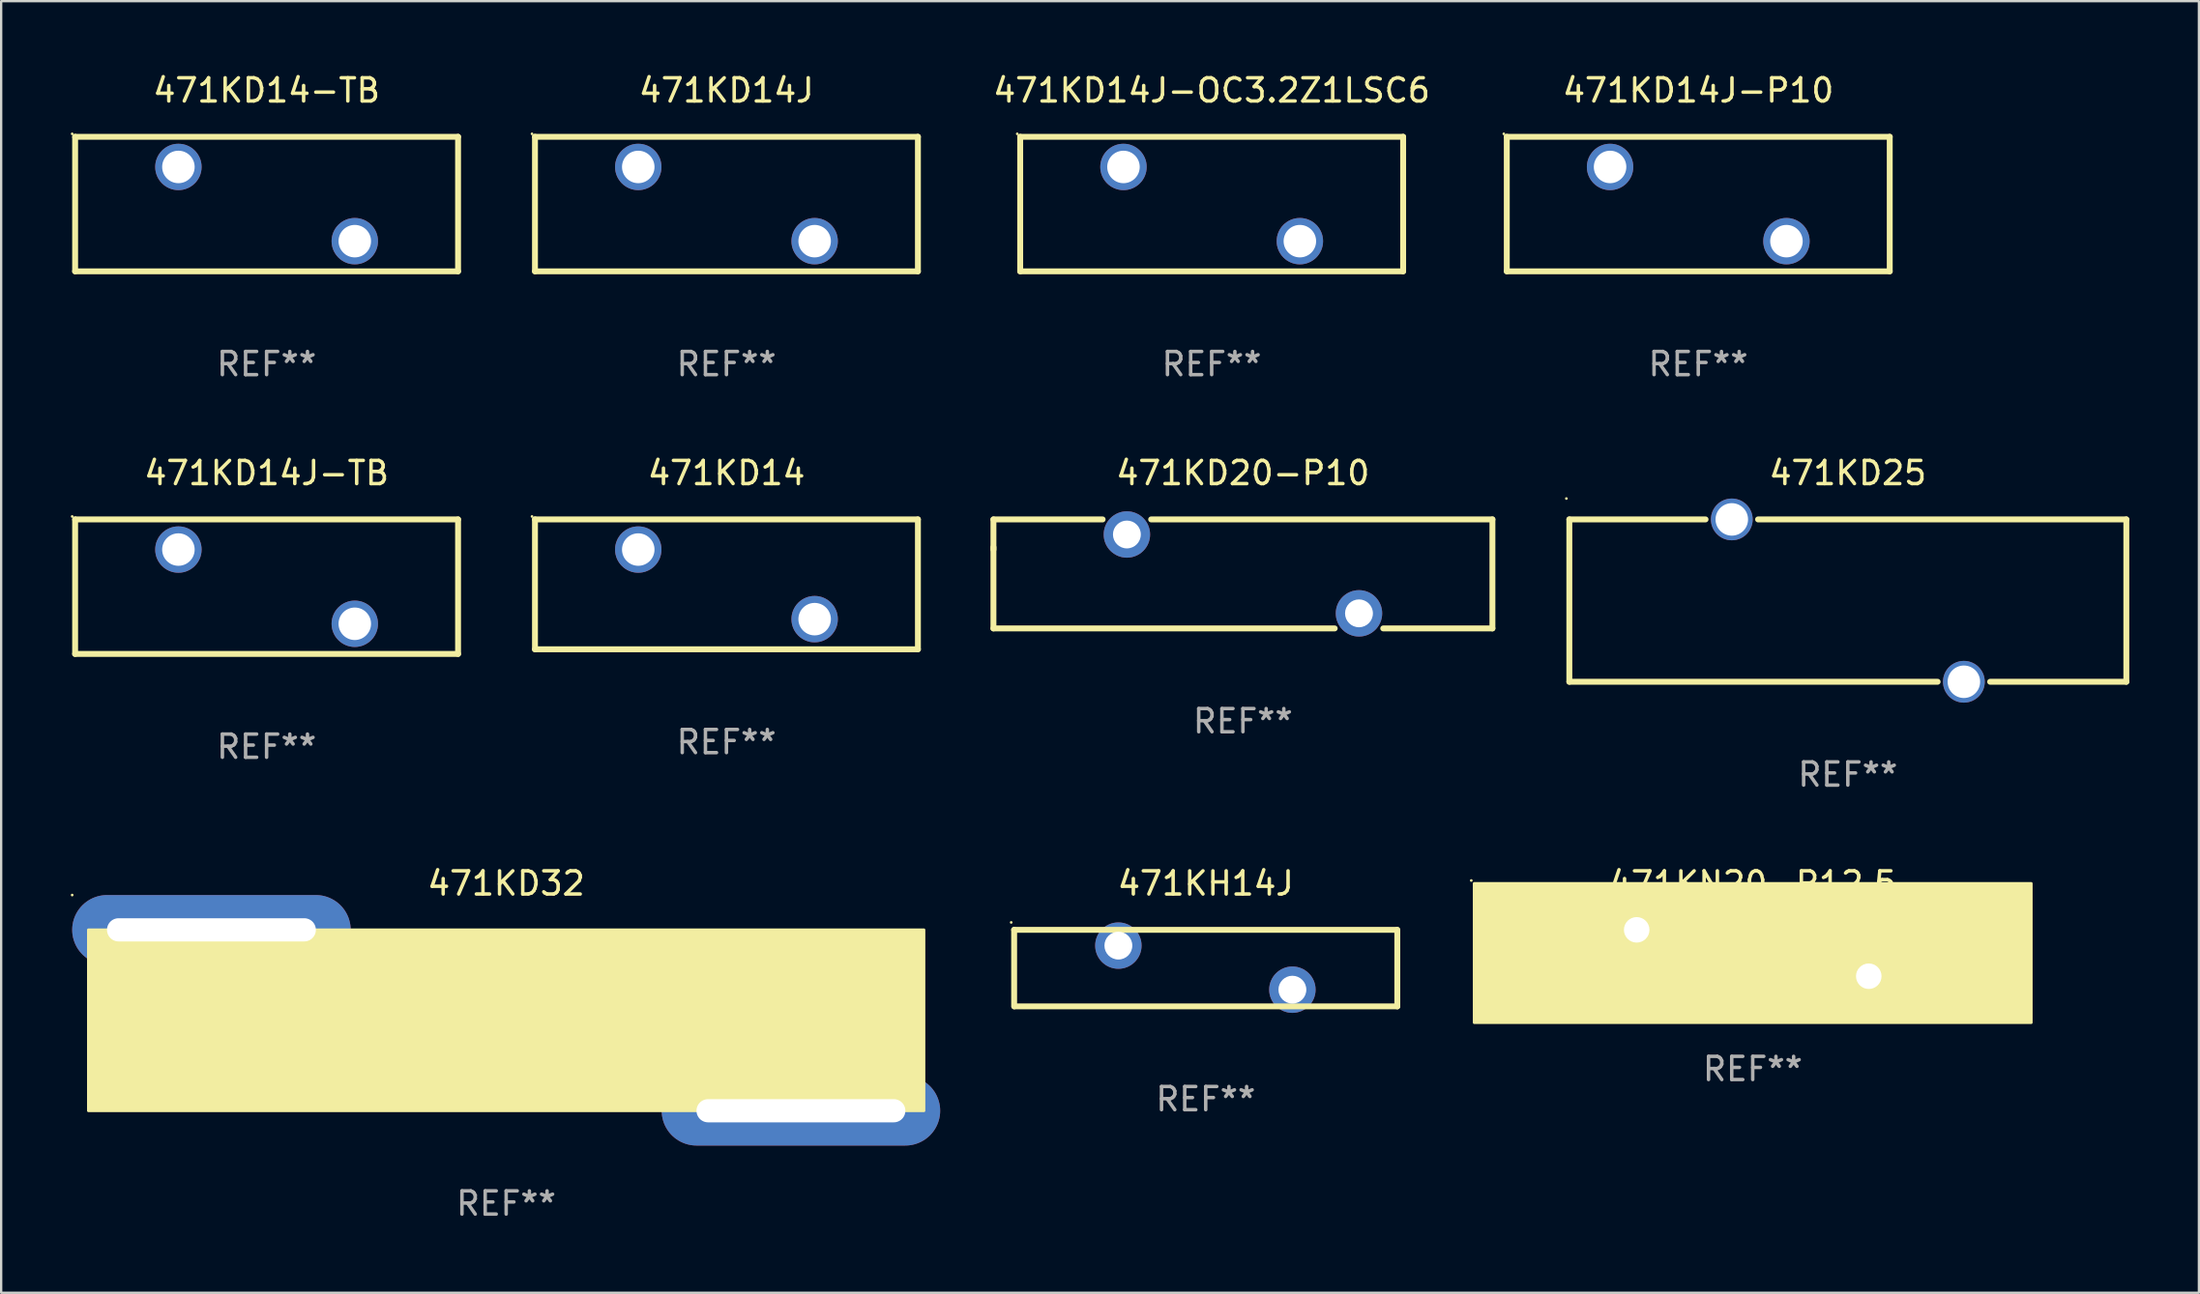
<source format=kicad_pcb>
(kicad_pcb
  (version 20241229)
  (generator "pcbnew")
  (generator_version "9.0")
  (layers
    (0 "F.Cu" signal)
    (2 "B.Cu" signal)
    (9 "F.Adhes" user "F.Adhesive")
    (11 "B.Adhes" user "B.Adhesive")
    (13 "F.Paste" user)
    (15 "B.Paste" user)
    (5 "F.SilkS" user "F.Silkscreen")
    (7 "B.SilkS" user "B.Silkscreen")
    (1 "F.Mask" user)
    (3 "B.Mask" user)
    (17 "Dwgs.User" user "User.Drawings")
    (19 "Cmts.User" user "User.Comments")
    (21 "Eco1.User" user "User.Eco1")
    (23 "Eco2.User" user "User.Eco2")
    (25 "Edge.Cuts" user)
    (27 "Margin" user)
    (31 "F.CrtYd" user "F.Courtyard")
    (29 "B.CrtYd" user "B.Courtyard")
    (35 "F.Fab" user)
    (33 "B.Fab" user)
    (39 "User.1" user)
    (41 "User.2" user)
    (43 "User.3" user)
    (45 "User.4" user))
  (footprint "471KD14J"
    (layer "F.Cu")
    (at 28.251 5.748)
    (property "Reference" "471KD14J" (at 0 -4.9 0) (layer "F.SilkS") (effects (font (size 1 1) (thickness 0.15))))
    (attr through_hole)
    (fp_line (start -8.25 -2.9) (end -8.25 2.9) (stroke (width 0.254) (type solid)) (layer "F.SilkS"))
    (fp_line (start -8.25 -2.9) (end 8.25 -2.9) (stroke (width 0.254) (type solid)) (layer "F.SilkS"))
    (fp_line (start 8.25 -2.9) (end 8.25 2.9) (stroke (width 0.254) (type solid)) (layer "F.SilkS"))
    (fp_line (start 8.25 2.9) (end -8.25 2.9) (stroke (width 0.254) (type solid)) (layer "F.SilkS"))
    (fp_circle (center -8.377 -3.027) (end -8.347 -3.027) (stroke (width 0.06) (type solid)) (fill no) (layer "F.SilkS"))
    (fp_text user "REF**" (at 0 6.9 0) (layer "F.Fab") (effects (font (size 1 1) (thickness 0.15))))
    (pad "1" thru_hole circle (at -3.8 -1.6) (size 2 2) (drill 1.4) (layers "*.Cu" "*.Mask"))
    (pad "2" thru_hole circle (at 3.8 1.6) (size 2 2) (drill 1.4) (layers "*.Cu" "*.Mask")))
  (footprint "471KD32"
    (layer "F.Cu")
    (at 18.76 40.941)
    (property "Reference" "471KD32" (at 0 -5.9 0) (layer "F.SilkS") (effects (font (size 1 1) (thickness 0.15))))
    (attr through_hole)
    (fp_circle (center -18.7 -5.4) (end -18.67 -5.4) (stroke (width 0.06) (type solid)) (fill no) (layer "F.SilkS"))
    (fp_poly (pts (xy -18 -3.9) (xy 18 -3.9) (xy 18 3.9) (xy -18 3.9)) (stroke (width 0.12) (type solid)) (fill yes) (layer "F.SilkS"))
    (fp_text user "REF**" (at 0 7.9 0) (layer "F.Fab") (effects (font (size 1 1) (thickness 0.15))))
    (pad "1" thru_hole oval (at -12.7 -3.9) (size 12 3) (drill oval 9 1) (layers "*.Cu" "*.Mask"))
    (pad "2" thru_hole oval (at 12.7 3.9) (size 12 3) (drill oval 9 1) (layers "*.Cu" "*.Mask")))
  (footprint "471KD14"
    (layer "F.Cu")
    (at 28.251 22.145)
    (property "Reference" "471KD14" (at 0 -4.8 0) (layer "F.SilkS") (effects (font (size 1 1) (thickness 0.15))))
    (attr through_hole)
    (fp_line (start -8.25 -2.8) (end 8.25 -2.8) (stroke (width 0.254) (type solid)) (layer "F.SilkS"))
    (fp_line (start -8.25 2.8) (end -8.25 -2.8) (stroke (width 0.254) (type solid)) (layer "F.SilkS"))
    (fp_line (start 8.25 -2.8) (end 8.25 2.8) (stroke (width 0.254) (type solid)) (layer "F.SilkS"))
    (fp_line (start 8.25 2.8) (end -8.25 2.8) (stroke (width 0.254) (type solid)) (layer "F.SilkS"))
    (fp_circle (center -8.377 -2.927) (end -8.347 -2.927) (stroke (width 0.06) (type solid)) (fill no) (layer "F.SilkS"))
    (fp_text user "REF**" (at 0 6.8 0) (layer "F.Fab") (effects (font (size 1 1) (thickness 0.15))))
    (pad "1" thru_hole circle (at -3.8 -1.5) (size 2 2) (drill 1.4) (layers "*.Cu" "*.Mask"))
    (pad "2" thru_hole circle (at 3.8 1.5) (size 2 2) (drill 1.4) (layers "*.Cu" "*.Mask")))
  (footprint "471KD14J-TB"
    (layer "F.Cu")
    (at 8.437 22.245)
    (property "Reference" "471KD14J-TB" (at 0 -4.9 0) (layer "F.SilkS") (effects (font (size 1 1) (thickness 0.15))))
    (attr through_hole)
    (fp_line (start -8.25 -2.9) (end -8.25 2.9) (stroke (width 0.254) (type solid)) (layer "F.SilkS"))
    (fp_line (start -8.25 -2.9) (end 8.25 -2.9) (stroke (width 0.254) (type solid)) (layer "F.SilkS"))
    (fp_line (start 8.25 -2.9) (end 8.25 2.9) (stroke (width 0.254) (type solid)) (layer "F.SilkS"))
    (fp_line (start 8.25 2.9) (end -8.25 2.9) (stroke (width 0.254) (type solid)) (layer "F.SilkS"))
    (fp_circle (center -8.377 -3.027) (end -8.347 -3.027) (stroke (width 0.06) (type solid)) (fill no) (layer "F.SilkS"))
    (fp_text user "REF**" (at 0 6.9 0) (layer "F.Fab") (effects (font (size 1 1) (thickness 0.15))))
    (pad "1" thru_hole circle (at -3.8 -1.6) (size 2 2) (drill 1.4) (layers "*.Cu" "*.Mask"))
    (pad "2" thru_hole circle (at 3.8 1.6) (size 2 2) (drill 1.4) (layers "*.Cu" "*.Mask")))
  (footprint "471KN20-P12.5"
    (layer "F.Cu")
    (at 72.471 38.041)
    (property "Reference" "471KN20-P12.5" (at 0 -3 0) (layer "F.SilkS") (effects (font (size 1 1) (thickness 0.15))))
    (attr through_hole)
    (fp_circle (center -12.127 -3.127) (end -12.097 -3.127) (stroke (width 0.06) (type solid)) (fill no) (layer "F.SilkS"))
    (fp_poly (pts (xy -12 -3) (xy 12 -3) (xy 12 3) (xy -12 3)) (stroke (width 0.12) (type solid)) (fill yes) (layer "F.SilkS"))
    (fp_text user "REF**" (at 0 5 0) (layer "F.Fab") (effects (font (size 1 1) (thickness 0.15))))
    (pad "1" thru_hole circle (at -5 -1) (size 1.8 1.8) (drill 1.1) (layers "*.Cu" "*.Mask"))
    (pad "2" thru_hole circle (at 5 1) (size 1.8 1.8) (drill 1.1) (layers "*.Cu" "*.Mask")))
  (footprint "471KD14J-OC3.2Z1LSC6"
    (layer "F.Cu")
    (at 49.158 5.748)
    (property "Reference" "471KD14J-OC3.2Z1LSC6" (at 0 -4.9 0) (layer "F.SilkS") (effects (font (size 1 1) (thickness 0.15))))
    (attr through_hole)
    (fp_line (start -8.25 -2.9) (end -8.25 2.9) (stroke (width 0.254) (type solid)) (layer "F.SilkS"))
    (fp_line (start -8.25 -2.9) (end 8.25 -2.9) (stroke (width 0.254) (type solid)) (layer "F.SilkS"))
    (fp_line (start 8.25 -2.9) (end 8.25 2.9) (stroke (width 0.254) (type solid)) (layer "F.SilkS"))
    (fp_line (start 8.25 2.9) (end -8.25 2.9) (stroke (width 0.254) (type solid)) (layer "F.SilkS"))
    (fp_circle (center -8.377 -3.027) (end -8.347 -3.027) (stroke (width 0.06) (type solid)) (fill no) (layer "F.SilkS"))
    (fp_text user "REF**" (at 0 6.9 0) (layer "F.Fab") (effects (font (size 1 1) (thickness 0.15))))
    (pad "1" thru_hole circle (at -3.8 -1.6) (size 2 2) (drill 1.4) (layers "*.Cu" "*.Mask"))
    (pad "2" thru_hole circle (at 3.8 1.6) (size 2 2) (drill 1.4) (layers "*.Cu" "*.Mask")))
  (footprint "471KH14J"
    (layer "F.Cu")
    (at 48.902 38.691)
    (property "Reference" "471KH14J" (at 0 -3.65 0) (layer "F.SilkS") (effects (font (size 1 1) (thickness 0.15))))
    (attr through_hole)
    (fp_line (start -8.255 -1.65) (end 8.245 -1.65) (stroke (width 0.254) (type solid)) (layer "F.SilkS"))
    (fp_line (start -8.255 1.649) (end -8.255 -1.65) (stroke (width 0.254) (type solid)) (layer "F.SilkS"))
    (fp_line (start 8.255 -1.65) (end 8.255 1.65) (stroke (width 0.254) (type solid)) (layer "F.SilkS"))
    (fp_line (start 8.255 1.65) (end -8.245 1.65) (stroke (width 0.254) (type solid)) (layer "F.SilkS"))
    (fp_circle (center -8.382 -1.97) (end -8.352 -1.97) (stroke (width 0.06) (type solid)) (fill no) (layer "F.SilkS"))
    (fp_text user "REF**" (at 0 5.65 0) (layer "F.Fab") (effects (font (size 1 1) (thickness 0.15))))
    (pad "1" thru_hole circle (at -3.764 -0.97) (size 2 2) (drill 1.2) (layers "*.Cu" "*.Mask"))
    (pad "2" thru_hole circle (at 3.734 0.93) (size 2 2) (drill 1.2) (layers "*.Cu" "*.Mask")))
  (footprint "471KD14-TB"
    (layer "F.Cu")
    (at 8.437 5.748)
    (property "Reference" "471KD14-TB" (at 0 -4.9 0) (layer "F.SilkS") (effects (font (size 1 1) (thickness 0.15))))
    (attr through_hole)
    (fp_line (start -8.25 -2.9) (end -8.25 2.9) (stroke (width 0.254) (type solid)) (layer "F.SilkS"))
    (fp_line (start -8.25 -2.9) (end 8.25 -2.9) (stroke (width 0.254) (type solid)) (layer "F.SilkS"))
    (fp_line (start 8.25 -2.9) (end 8.25 2.9) (stroke (width 0.254) (type solid)) (layer "F.SilkS"))
    (fp_line (start 8.25 2.9) (end -8.25 2.9) (stroke (width 0.254) (type solid)) (layer "F.SilkS"))
    (fp_circle (center -8.377 -3.027) (end -8.347 -3.027) (stroke (width 0.06) (type solid)) (fill no) (layer "F.SilkS"))
    (fp_text user "REF**" (at 0 6.9 0) (layer "F.Fab") (effects (font (size 1 1) (thickness 0.15))))
    (pad "1" thru_hole circle (at -3.8 -1.6) (size 2 2) (drill 1.4) (layers "*.Cu" "*.Mask"))
    (pad "2" thru_hole circle (at 3.8 1.6) (size 2 2) (drill 1.4) (layers "*.Cu" "*.Mask")))
  (footprint "471KD20-P10"
    (layer "F.Cu")
    (at 50.505 21.695)
    (property "Reference" "471KD20-P10" (at 0 -4.35 0) (layer "F.SilkS") (effects (font (size 1 1) (thickness 0.15))))
    (attr through_hole)
    (fp_line (start -10.75 -2.35) (end -6.045 -2.35) (stroke (width 0.254) (type solid)) (layer "F.SilkS"))
    (fp_line (start -10.75 -1.05) (end -10.75 -2.35) (stroke (width 0.254) (type solid)) (layer "F.SilkS"))
    (fp_line (start -10.75 2.35) (end -10.75 -1.15) (stroke (width 0.254) (type solid)) (layer "F.SilkS"))
    (fp_line (start -3.955 -2.35) (end 10.75 -2.35) (stroke (width 0.254) (type solid)) (layer "F.SilkS"))
    (fp_line (start 3.955 2.35) (end -10.75 2.35) (stroke (width 0.254) (type solid)) (layer "F.SilkS"))
    (fp_line (start 10.75 -2.35) (end 10.75 2.35) (stroke (width 0.254) (type solid)) (layer "F.SilkS"))
    (fp_line (start 10.75 2.35) (end 6.045 2.35) (stroke (width 0.254) (type solid)) (layer "F.SilkS"))
    (fp_circle (center -10.75 -2.35) (end -10.72 -2.35) (stroke (width 0.06) (type solid)) (fill no) (layer "F.SilkS"))
    (fp_text user "REF**" (at 0 6.35 0) (layer "F.Fab") (effects (font (size 1 1) (thickness 0.15))))
    (pad "1" thru_hole circle (at -5 -1.7) (size 2 2) (drill 1.2) (layers "*.Cu" "*.Mask"))
    (pad "2" thru_hole circle (at 5 1.7) (size 2 2) (drill 1.2) (layers "*.Cu" "*.Mask")))
  (footprint "471KD25"
    (layer "F.Cu")
    (at 76.569 22.845)
    (property "Reference" "471KD25" (at 0 -5.5 0) (layer "F.SilkS") (effects (font (size 1 1) (thickness 0.15))))
    (attr through_hole)
    (fp_line (start -12 -3.5) (end -6.131 -3.5) (stroke (width 0.254) (type solid)) (layer "F.SilkS"))
    (fp_line (start -12 3.5) (end -12 -3.5) (stroke (width 0.254) (type solid)) (layer "F.SilkS"))
    (fp_line (start -3.869 -3.5) (end 12 -3.5) (stroke (width 0.254) (type solid)) (layer "F.SilkS"))
    (fp_line (start 3.869 3.5) (end -12 3.5) (stroke (width 0.254) (type solid)) (layer "F.SilkS"))
    (fp_line (start 12 -3.5) (end 12 3.5) (stroke (width 0.254) (type solid)) (layer "F.SilkS"))
    (fp_line (start 12 3.5) (end 6.131 3.5) (stroke (width 0.254) (type solid)) (layer "F.SilkS"))
    (fp_circle (center -12.127 -4.4) (end -12.097 -4.4) (stroke (width 0.06) (type solid)) (fill no) (layer "F.SilkS"))
    (fp_text user "REF**" (at 0 7.5 0) (layer "F.Fab") (effects (font (size 1 1) (thickness 0.15))))
    (pad "1" thru_hole circle (at -5 -3.5) (size 1.8 1.8) (drill 1.4) (layers "*.Cu" "*.Mask"))
    (pad "2" thru_hole circle (at 5 3.5) (size 1.8 1.8) (drill 1.4) (layers "*.Cu" "*.Mask")))
  (footprint "471KD14J-P10"
    (layer "F.Cu")
    (at 70.124 5.748)
    (property "Reference" "471KD14J-P10" (at 0 -4.9 0) (layer "F.SilkS") (effects (font (size 1 1) (thickness 0.15))))
    (attr through_hole)
    (fp_line (start -8.25 -2.9) (end -8.25 2.9) (stroke (width 0.254) (type solid)) (layer "F.SilkS"))
    (fp_line (start -8.25 -2.9) (end 8.25 -2.9) (stroke (width 0.254) (type solid)) (layer "F.SilkS"))
    (fp_line (start 8.25 -2.9) (end 8.25 2.9) (stroke (width 0.254) (type solid)) (layer "F.SilkS"))
    (fp_line (start 8.25 2.9) (end -8.25 2.9) (stroke (width 0.254) (type solid)) (layer "F.SilkS"))
    (fp_circle (center -8.377 -3.027) (end -8.347 -3.027) (stroke (width 0.06) (type solid)) (fill no) (layer "F.SilkS"))
    (fp_text user "REF**" (at 0 6.9 0) (layer "F.Fab") (effects (font (size 1 1) (thickness 0.15))))
    (pad "1" thru_hole circle (at -3.8 -1.6) (size 2 2) (drill 1.4) (layers "*.Cu" "*.Mask"))
    (pad "2" thru_hole circle (at 3.8 1.6) (size 2 2) (drill 1.4) (layers "*.Cu" "*.Mask")))
  (gr_rect
    (start -3 -3)
    (end 91.696 52.689)
    (stroke (width 0.1) (type default))
    (fill no)
    (layer "Edge.Cuts")))
</source>
